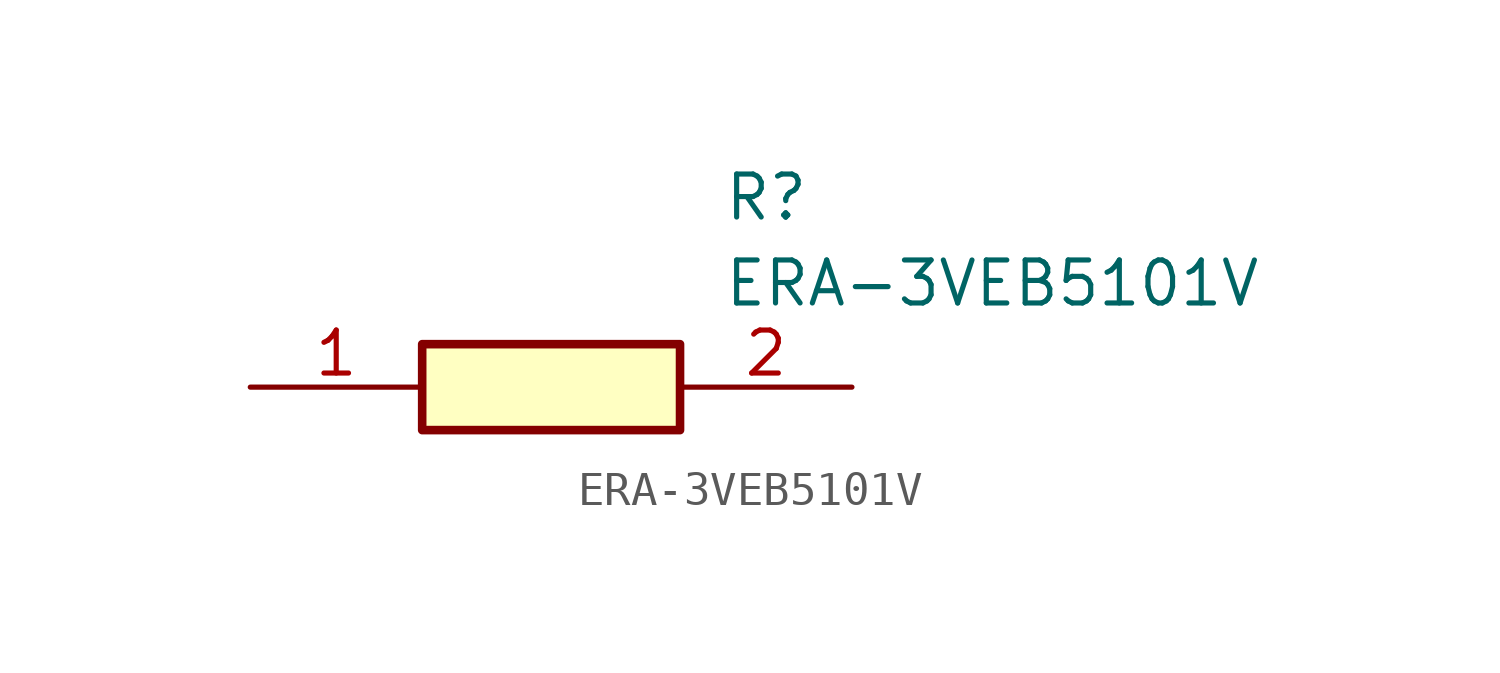
<source format=kicad_sym>
(kicad_symbol_lib
  (version 20211014)
  (generator SamacSys_ECAD_Model)
  (symbol "ERA-3VEB5101V"
    (pin_names hide)
    (property "Reference" "R"
      (at 13.97 6.35 0)
      (effects (font (size 1.27 1.27)) (justify left top)))
    (property "Value" "ERA-3VEB5101V"
      (at 13.97 3.81 0)
      (effects (font (size 1.27 1.27)) (justify left top)))
    (rectangle
      (start 5.08 1.27)
      (end 12.7 -1.27)
      (stroke (width 0.254) (type default))
      (fill (type background)))
    (pin passive line
      (at 0 0 0)
      (length 5.08)
      (name "1" (effects (font (size 1.27 1.27))))
      (number "1" (effects (font (size 1.27 1.27)))))
    (pin passive line
      (at 17.78 0 180)
      (length 5.08)
      (name "2" (effects (font (size 1.27 1.27))))
      (number "2" (effects (font (size 1.27 1.27)))))))
</source>
